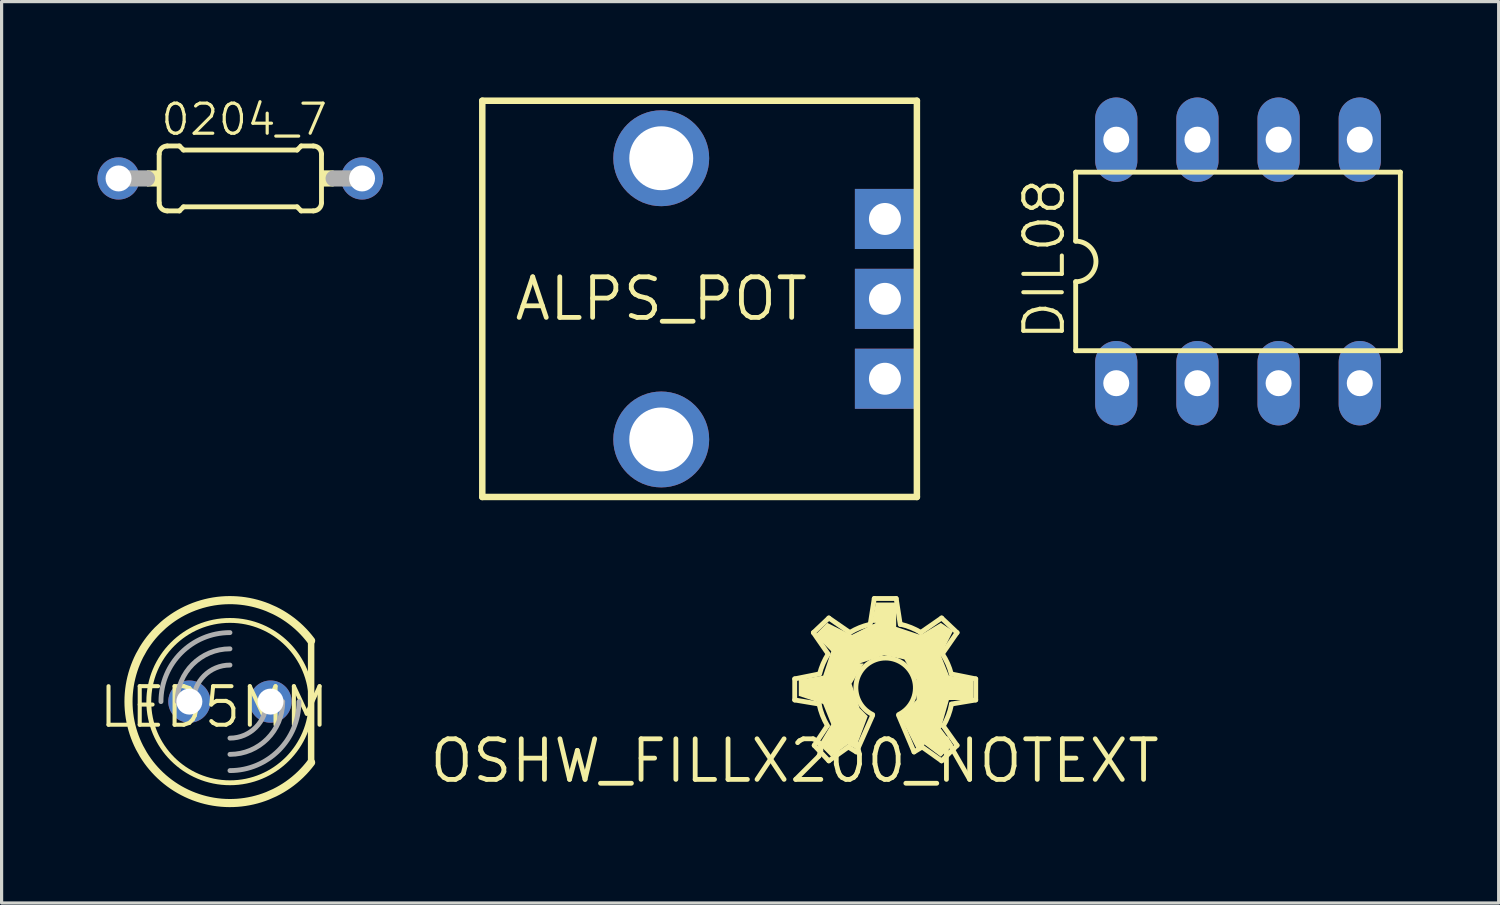
<source format=kicad_pcb>
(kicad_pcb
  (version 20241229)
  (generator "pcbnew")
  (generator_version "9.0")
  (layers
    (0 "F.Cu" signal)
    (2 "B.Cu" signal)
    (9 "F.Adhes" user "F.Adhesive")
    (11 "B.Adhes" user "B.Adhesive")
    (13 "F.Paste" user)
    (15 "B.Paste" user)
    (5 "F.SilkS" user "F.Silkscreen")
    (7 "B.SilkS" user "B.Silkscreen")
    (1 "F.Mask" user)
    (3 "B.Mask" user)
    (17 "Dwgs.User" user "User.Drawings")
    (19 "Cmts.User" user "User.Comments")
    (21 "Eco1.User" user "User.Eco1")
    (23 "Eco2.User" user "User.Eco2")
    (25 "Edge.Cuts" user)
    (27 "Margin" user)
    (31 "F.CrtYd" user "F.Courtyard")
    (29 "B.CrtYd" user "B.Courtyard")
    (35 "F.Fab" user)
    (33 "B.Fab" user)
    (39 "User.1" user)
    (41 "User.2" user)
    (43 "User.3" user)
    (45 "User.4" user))
  (footprint "OSHW_FILLX200_NOTEXT"
    (layer "F.Cu")
    (at 21.819 20.759)
    (property "Reference" "OSHW_FILLX200_NOTEXT" (at 0 0 0) (layer "F.SilkS") (effects (font (size 1.27 1.27) (thickness 0.15))))
    (attr through_hole)
    (fp_line (start 0 -2.565) (end 0.762 -2.718) (stroke (width 0.152) (type solid)) (layer "F.SilkS"))
    (fp_line (start 0 -1.905) (end 0 -2.565) (stroke (width 0.152) (type solid)) (layer "F.SilkS"))
    (fp_line (start 0.584 -4.013) (end 1.067 -4.47) (stroke (width 0.152) (type solid)) (layer "F.SilkS"))
    (fp_line (start 0.61 -0.483) (end 1.016 -1.092) (stroke (width 0.152) (type solid)) (layer "F.SilkS"))
    (fp_line (start 0.762 -1.778) (end 0 -1.905) (stroke (width 0.152) (type solid)) (layer "F.SilkS"))
    (fp_line (start 1.041 -3.353) (end 0.584 -4.013) (stroke (width 0.152) (type solid)) (layer "F.SilkS"))
    (fp_line (start 1.067 -4.47) (end 1.727 -4.013) (stroke (width 0.152) (type solid)) (layer "F.SilkS"))
    (fp_line (start 1.067 0) (end 0.61 -0.483) (stroke (width 0.152) (type solid)) (layer "F.SilkS"))
    (fp_line (start 1.676 -0.432) (end 1.067 0) (stroke (width 0.152) (type solid)) (layer "F.SilkS"))
    (fp_line (start 1.93 -0.279) (end 1.676 -0.432) (stroke (width 0.152) (type solid)) (layer "F.SilkS"))
    (fp_line (start 2.362 -4.267) (end 2.489 -5.08) (stroke (width 0.152) (type solid)) (layer "F.SilkS"))
    (fp_line (start 2.438 -1.422) (end 1.93 -0.279) (stroke (width 0.152) (type solid)) (layer "F.SilkS"))
    (fp_line (start 2.489 -5.08) (end 3.175 -5.08) (stroke (width 0.152) (type solid)) (layer "F.SilkS"))
    (fp_line (start 3.175 -5.08) (end 3.302 -4.267) (stroke (width 0.152) (type solid)) (layer "F.SilkS"))
    (fp_line (start 3.734 -0.279) (end 3.251 -1.422) (stroke (width 0.152) (type solid)) (layer "F.SilkS"))
    (fp_line (start 3.937 -4.013) (end 4.597 -4.47) (stroke (width 0.152) (type solid)) (layer "F.SilkS"))
    (fp_line (start 3.988 -0.432) (end 3.734 -0.279) (stroke (width 0.152) (type solid)) (layer "F.SilkS"))
    (fp_line (start 4.597 -4.47) (end 5.08 -4.013) (stroke (width 0.152) (type solid)) (layer "F.SilkS"))
    (fp_line (start 4.597 0) (end 3.988 -0.432) (stroke (width 0.152) (type solid)) (layer "F.SilkS"))
    (fp_line (start 4.648 -1.092) (end 5.08 -0.483) (stroke (width 0.152) (type solid)) (layer "F.SilkS"))
    (fp_line (start 4.902 -2.718) (end 5.664 -2.565) (stroke (width 0.152) (type solid)) (layer "F.SilkS"))
    (fp_line (start 5.08 -4.013) (end 4.623 -3.353) (stroke (width 0.152) (type solid)) (layer "F.SilkS"))
    (fp_line (start 5.08 -0.483) (end 4.597 0) (stroke (width 0.152) (type solid)) (layer "F.SilkS"))
    (fp_line (start 5.664 -2.565) (end 5.664 -1.905) (stroke (width 0.152) (type solid)) (layer "F.SilkS"))
    (fp_line (start 5.664 -1.905) (end 4.902 -1.778) (stroke (width 0.152) (type solid)) (layer "F.SilkS"))
    (fp_arc (start 0.7779 -2.7179) (mid 0.885744 -3.039218) (end 1.0435 -3.3392) (stroke (width 0.1524) (type solid)) (layer "F.SilkS"))
    (fp_arc (start 1.0245 -1.1004) (mid 0.865117 -1.425978) (end 0.7637 -1.774) (stroke (width 0.1524) (type solid)) (layer "F.SilkS"))
    (fp_arc (start 1.736 -4.0223) (mid 2.029987 -4.16927) (end 2.3432 -4.2689) (stroke (width 0.1524) (type solid)) (layer "F.SilkS"))
    (fp_arc (start 2.4384 -1.4478) (mid 2.8448 -3.217524) (end 3.251199 -1.4478) (stroke (width 0.1524) (type solid)) (layer "F.SilkS"))
    (fp_arc (start 3.3155 -4.2736) (mid 3.64128 -4.170999) (end 3.9464 -4.0175) (stroke (width 0.1524) (type solid)) (layer "F.SilkS"))
    (fp_arc (start 4.6199 -3.3487) (mid 4.786428 -3.045111) (end 4.8997 -2.7179) (stroke (width 0.1524) (type solid)) (layer "F.SilkS"))
    (fp_arc (start 4.9045 -1.7692) (mid 4.806636 -1.418653) (end 4.6484 -1.0909) (stroke (width 0.1524) (type solid)) (layer "F.SilkS"))
    (fp_poly (pts (xy 1.651 -0.508) (xy 1.143 -0.127) (xy 0.762 -0.508) (xy 1.143 -1.143) (xy 0.889 -1.778) (xy 0.127 -2.032) (xy 0.127 -1.905) (xy 0.127 -2.54) (xy 0.889 -2.667) (xy 1.143 -3.429) (xy 0.635 -3.937) (xy 1.016 -4.318) (xy 1.778 -3.937) (xy 2.54 -4.318) (xy 2.413 -4.318) (xy 2.54 -4.953) (xy 3.175 -4.953) (xy 3.175 -4.191) (xy 3.937 -3.937) (xy 4.572 -4.318) (xy 4.953 -4.064) (xy 4.572 -3.302) (xy 4.826 -2.667) (xy 5.588 -2.54) (xy 5.588 -1.905) (xy 4.826 -1.905) (xy 4.572 -1.016) (xy 4.953 -0.508) (xy 4.572 -0.127) (xy 4.064 -0.508) (xy 3.81 -0.381) (xy 3.302 -1.397) (xy 3.81 -1.905) (xy 3.81 -2.54) (xy 3.429 -3.175) (xy 2.794 -3.302) (xy 2.032 -3.048) (xy 2.159 -3.048) (xy 1.778 -2.413) (xy 2.032 -1.651) (xy 2.286 -1.397) (xy 1.905 -0.381)) (stroke (width 0) (type solid)) (fill yes) (layer "F.SilkS")))
  (footprint "DIL08"
    (layer "F.Cu")
    (at 35.691 5.131)
    (property "Reference" "DIL08" (at -5.359 2.54 90) (layer "F.SilkS") (effects (font (size 1.206 1.206) (thickness 0.127)) (justify left bottom)))
    (attr through_hole)
    (fp_line (start -5.08 -2.794) (end -5.08 -0.635) (stroke (width 0.152) (type solid)) (layer "F.SilkS"))
    (fp_line (start -5.08 0.635) (end -5.08 2.794) (stroke (width 0.152) (type solid)) (layer "F.SilkS"))
    (fp_line (start -5.08 2.794) (end 5.08 2.794) (stroke (width 0.152) (type solid)) (layer "F.SilkS"))
    (fp_line (start 5.08 -2.794) (end -5.08 -2.794) (stroke (width 0.152) (type solid)) (layer "F.SilkS"))
    (fp_line (start 5.08 2.794) (end 5.08 -2.794) (stroke (width 0.152) (type solid)) (layer "F.SilkS"))
    (fp_arc (start -5.08 -0.635) (mid -4.445 0) (end -5.08 0.635) (stroke (width 0.1524) (type solid)) (layer "F.SilkS"))
    (pad "1" thru_hole oval (at -3.81 3.81 90) (size 2.642 1.321) (drill 0.813) (layers "*.Cu" "*.Mask"))
    (pad "2" thru_hole oval (at -1.27 3.81 90) (size 2.642 1.321) (drill 0.813) (layers "*.Cu" "*.Mask"))
    (pad "3" thru_hole oval (at 1.27 3.81 90) (size 2.642 1.321) (drill 0.813) (layers "*.Cu" "*.Mask"))
    (pad "4" thru_hole oval (at 3.81 3.81 90) (size 2.642 1.321) (drill 0.813) (layers "*.Cu" "*.Mask"))
    (pad "5" thru_hole oval (at 3.81 -3.81 90) (size 2.642 1.321) (drill 0.813) (layers "*.Cu" "*.Mask"))
    (pad "6" thru_hole oval (at 1.27 -3.81 90) (size 2.642 1.321) (drill 0.813) (layers "*.Cu" "*.Mask"))
    (pad "7" thru_hole oval (at -1.27 -3.81 90) (size 2.642 1.321) (drill 0.813) (layers "*.Cu" "*.Mask"))
    (pad "8" thru_hole oval (at -3.81 -3.81 90) (size 2.642 1.321) (drill 0.813) (layers "*.Cu" "*.Mask")))
  (footprint "LED5MM"
    (layer "F.Cu")
    (at 4.146 18.905)
    (property "Reference" "LED5MM" (at 3.175 -0.533 0) (layer "F.SilkS") (effects (font (size 1.206 1.206) (thickness 0.127)) (justify right top)))
    (attr through_hole)
    (fp_line (start 2.54 1.905) (end 2.54 -1.905) (stroke (width 0.203) (type solid)) (layer "F.SilkS"))
    (fp_arc (start 2.54 1.905) (mid -3.175 0) (end 2.54 -1.905) (stroke (width 0.254) (type solid)) (layer "F.SilkS"))
    (fp_circle (center 0 0) (end 2.54 0) (stroke (width 0.152) (type solid)) (fill no) (layer "F.SilkS"))
    (fp_arc (start -2.159 0) (mid -1.526644 -1.526644) (end 0 -2.159) (stroke (width 0.1524) (type solid)) (layer "F.Fab"))
    (fp_arc (start -1.651 0) (mid -1.167433 -1.167433) (end 0 -1.651) (stroke (width 0.1524) (type solid)) (layer "F.Fab"))
    (fp_arc (start -1.143 0) (mid -0.808223 -0.808223) (end 0 -1.143) (stroke (width 0.1524) (type solid)) (layer "F.Fab"))
    (fp_arc (start 1.143 0) (mid 0.808223 0.808223) (end 0 1.143) (stroke (width 0.1524) (type solid)) (layer "F.Fab"))
    (fp_arc (start 1.651 0) (mid 1.167433 1.167433) (end 0 1.651) (stroke (width 0.1524) (type solid)) (layer "F.Fab"))
    (fp_arc (start 2.159 0) (mid 1.526644 1.526644) (end 0 2.159) (stroke (width 0.1524) (type solid)) (layer "F.Fab"))
    (pad "A" thru_hole circle (at -1.27 0) (size 1.321 1.321) (drill 0.813) (layers "*.Cu" "*.Mask"))
    (pad "K" thru_hole circle (at 1.27 0) (size 1.321 1.321) (drill 0.813) (layers "*.Cu" "*.Mask")))
  (footprint "0204_7"
    (layer "F.Cu")
    (at 4.47 2.534)
    (property "Reference" "0204_7" (at -2.54 -1.295 0) (layer "F.SilkS") (effects (font (size 0.941 0.941) (thickness 0.099)) (justify left bottom)))
    (attr through_hole)
    (fp_line (start -2.54 0.762) (end -2.54 -0.762) (stroke (width 0.152) (type solid)) (layer "F.SilkS"))
    (fp_line (start -2.286 -1.016) (end -1.905 -1.016) (stroke (width 0.152) (type solid)) (layer "F.SilkS"))
    (fp_line (start -2.286 1.016) (end -1.905 1.016) (stroke (width 0.152) (type solid)) (layer "F.SilkS"))
    (fp_line (start -1.778 -0.889) (end -1.905 -1.016) (stroke (width 0.152) (type solid)) (layer "F.SilkS"))
    (fp_line (start -1.778 0.889) (end -1.905 1.016) (stroke (width 0.152) (type solid)) (layer "F.SilkS"))
    (fp_line (start 1.778 -0.889) (end -1.778 -0.889) (stroke (width 0.152) (type solid)) (layer "F.SilkS"))
    (fp_line (start 1.778 -0.889) (end 1.905 -1.016) (stroke (width 0.152) (type solid)) (layer "F.SilkS"))
    (fp_line (start 1.778 0.889) (end -1.778 0.889) (stroke (width 0.152) (type solid)) (layer "F.SilkS"))
    (fp_line (start 1.778 0.889) (end 1.905 1.016) (stroke (width 0.152) (type solid)) (layer "F.SilkS"))
    (fp_line (start 2.286 -1.016) (end 1.905 -1.016) (stroke (width 0.152) (type solid)) (layer "F.SilkS"))
    (fp_line (start 2.286 1.016) (end 1.905 1.016) (stroke (width 0.152) (type solid)) (layer "F.SilkS"))
    (fp_line (start 2.54 0.762) (end 2.54 -0.762) (stroke (width 0.152) (type solid)) (layer "F.SilkS"))
    (fp_arc (start -2.54 -0.762) (mid -2.465605 -0.941605) (end -2.286 -1.016) (stroke (width 0.1524) (type solid)) (layer "F.SilkS"))
    (fp_arc (start -2.286 1.016) (mid -2.465605 0.941605) (end -2.54 0.762) (stroke (width 0.1524) (type solid)) (layer "F.SilkS"))
    (fp_arc (start 2.286 -1.016) (mid 2.465605 -0.941605) (end 2.54 -0.762) (stroke (width 0.1524) (type solid)) (layer "F.SilkS"))
    (fp_arc (start 2.54 0.762) (mid 2.465605 0.941605) (end 2.286 1.016) (stroke (width 0.1524) (type solid)) (layer "F.SilkS"))
    (fp_poly (pts (xy -2.921 0.254) (xy -2.54 0.254) (xy -2.54 -0.254) (xy -2.921 -0.254)) (stroke (width 0) (type solid)) (fill yes) (layer "F.SilkS"))
    (fp_poly (pts (xy 2.54 0.254) (xy 2.921 0.254) (xy 2.921 -0.254) (xy 2.54 -0.254)) (stroke (width 0) (type solid)) (fill yes) (layer "F.SilkS"))
    (fp_line (start -3.81 0) (end -2.921 0) (stroke (width 0.508) (type solid)) (layer "F.Fab"))
    (fp_line (start 3.81 0) (end 2.921 0) (stroke (width 0.508) (type solid)) (layer "F.Fab"))
    (pad "1" thru_hole circle (at -3.81 0) (size 1.321 1.321) (drill 0.813) (layers "*.Cu" "*.Mask"))
    (pad "2" thru_hole circle (at 3.81 0) (size 1.321 1.321) (drill 0.813) (layers "*.Cu" "*.Mask")))
  (footprint "ALPS_POT"
    (layer "F.Cu")
    (at 17.642 6.302)
    (property "Reference" "ALPS_POT" (at 0 0 0) (layer "F.SilkS") (effects (font (size 1.27 1.27) (thickness 0.15))))
    (attr through_hole)
    (fp_line (start -5.6 -6.2) (end 8 -6.2) (stroke (width 0.203) (type solid)) (layer "F.SilkS"))
    (fp_line (start -5.6 6.2) (end -5.6 -6.2) (stroke (width 0.203) (type solid)) (layer "F.SilkS"))
    (fp_line (start 8 -6.2) (end 8 6.2) (stroke (width 0.203) (type solid)) (layer "F.SilkS"))
    (fp_line (start 8 6.2) (end -5.6 6.2) (stroke (width 0.203) (type solid)) (layer "F.SilkS"))
    (pad "P$1" thru_hole rect (at 7 2.5) (size 1.88 1.88) (drill 1) (layers "*.Cu" "*.Mask"))
    (pad "P$2" thru_hole rect (at 7 0) (size 1.88 1.88) (drill 1) (layers "*.Cu" "*.Mask"))
    (pad "P$3" thru_hole rect (at 7 -2.5) (size 1.88 1.88) (drill 1) (layers "*.Cu" "*.Mask"))
    (pad "P$4" thru_hole circle (at 0 4.4) (size 3 3) (drill 2) (layers "*.Cu" "*.Mask"))
    (pad "P$5" thru_hole circle (at 0 -4.4) (size 3 3) (drill 2) (layers "*.Cu" "*.Mask")))
  (gr_rect
    (start -3 -3)
    (end 43.847 25.207)
    (stroke (width 0.1) (type default))
    (fill no)
    (layer "Edge.Cuts")))
</source>
